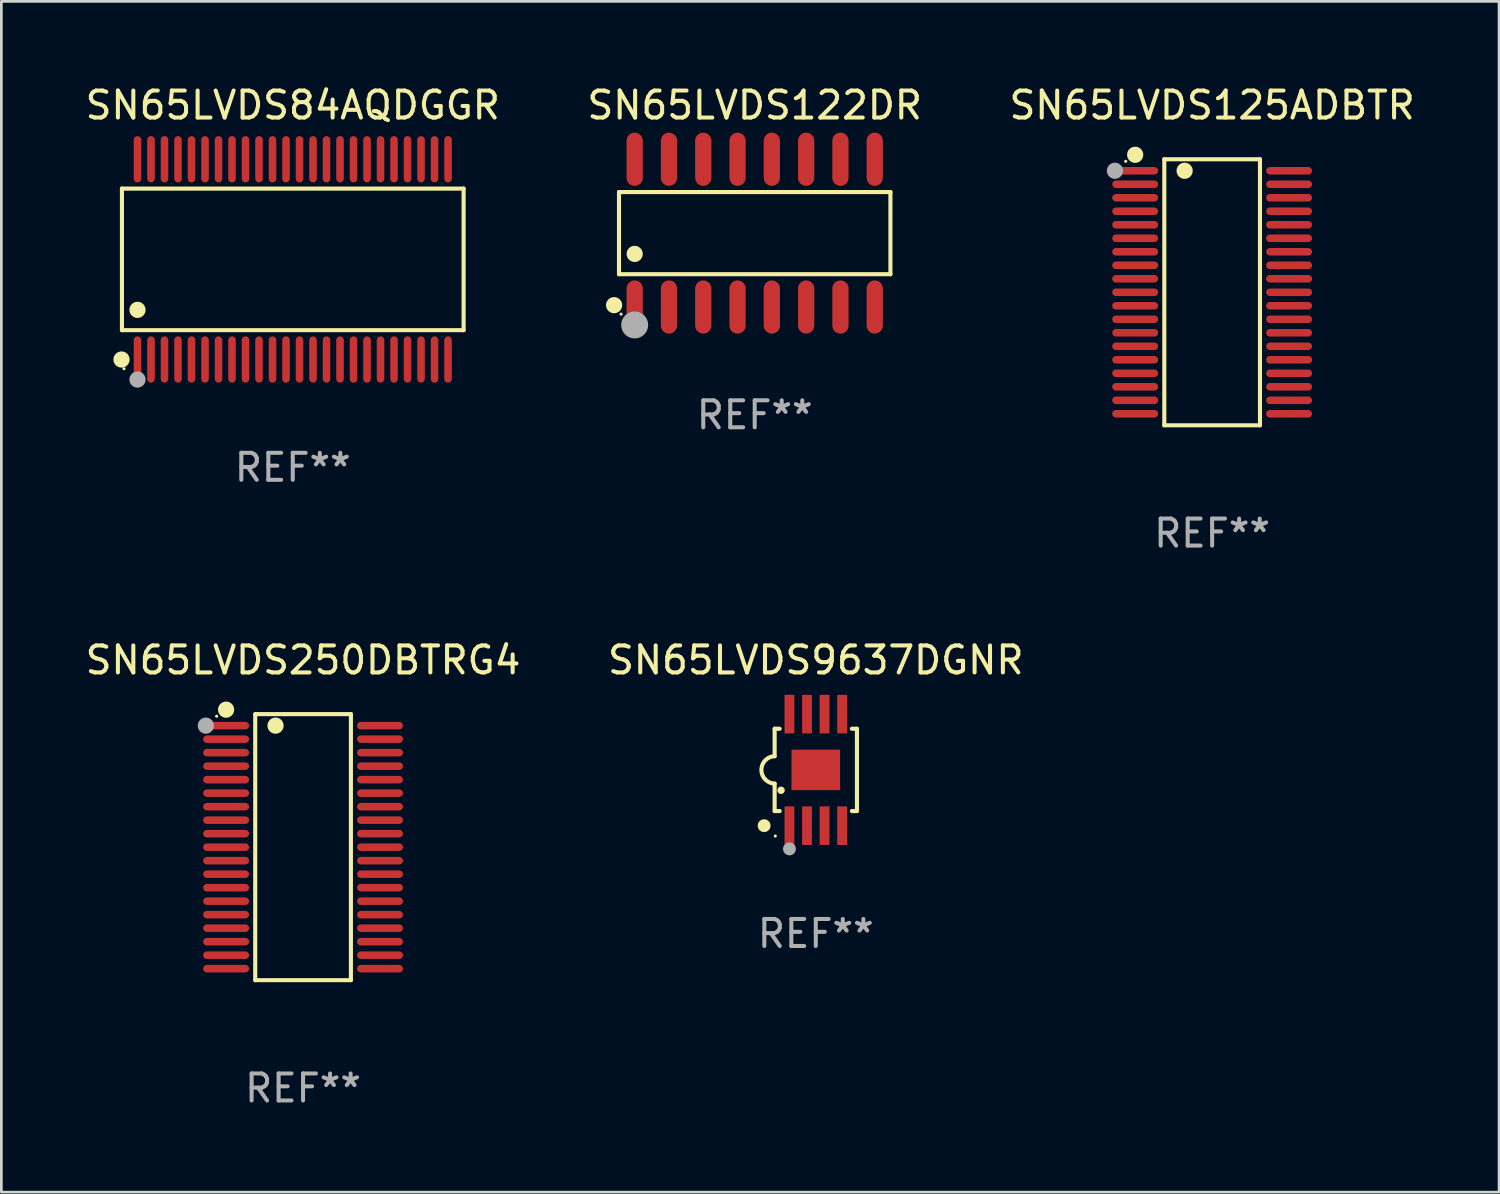
<source format=kicad_pcb>
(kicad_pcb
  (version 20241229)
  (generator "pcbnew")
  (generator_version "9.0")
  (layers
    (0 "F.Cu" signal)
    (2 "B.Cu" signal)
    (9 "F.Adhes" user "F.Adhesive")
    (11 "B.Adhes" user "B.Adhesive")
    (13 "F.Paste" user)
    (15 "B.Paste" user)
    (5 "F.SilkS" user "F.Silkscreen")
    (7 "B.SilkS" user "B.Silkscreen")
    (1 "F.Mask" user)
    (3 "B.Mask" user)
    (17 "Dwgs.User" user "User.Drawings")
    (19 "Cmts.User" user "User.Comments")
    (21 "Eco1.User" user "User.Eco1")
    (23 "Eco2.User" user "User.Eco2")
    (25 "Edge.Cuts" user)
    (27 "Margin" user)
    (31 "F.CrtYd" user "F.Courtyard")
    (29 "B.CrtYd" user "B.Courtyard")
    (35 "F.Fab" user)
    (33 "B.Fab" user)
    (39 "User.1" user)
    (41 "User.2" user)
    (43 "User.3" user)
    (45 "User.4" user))
  (footprint "SN65LVDS9637DGNR"
    (layer "F.Cu")
    (at 27.161 25.462)
    (property "Reference" "SN65LVDS9637DGNR" (at 0 -4.065 0) (layer "F.SilkS") (effects (font (size 1 1) (thickness 0.15))))
    (attr through_hole)
    (fp_line (start -1.524 -1.524) (end -1.524 -0.508) (stroke (width 0.152) (type solid)) (layer "F.SilkS"))
    (fp_line (start -1.524 -1.524) (end -1.337 -1.524) (stroke (width 0.152) (type solid)) (layer "F.SilkS"))
    (fp_line (start -1.524 1.524) (end -1.524 0.508) (stroke (width 0.152) (type solid)) (layer "F.SilkS"))
    (fp_line (start -1.337 1.524) (end -1.524 1.524) (stroke (width 0.152) (type solid)) (layer "F.SilkS"))
    (fp_line (start 1.337 -1.524) (end 1.524 -1.524) (stroke (width 0.152) (type solid)) (layer "F.SilkS"))
    (fp_line (start 1.524 -1.524) (end 1.524 1.524) (stroke (width 0.152) (type solid)) (layer "F.SilkS"))
    (fp_line (start 1.524 1.524) (end 1.337 1.524) (stroke (width 0.152) (type solid)) (layer "F.SilkS"))
    (fp_arc (start -1.524003 0.508001) (mid -2.014069 0) (end -1.524002 -0.508001) (stroke (width 0.151994) (type solid)) (layer "F.SilkS"))
    (fp_circle (center -1.913 2.065) (end -1.793 2.065) (stroke (width 0.24) (type solid)) (fill no) (layer "F.SilkS"))
    (fp_circle (center -1.5 2.45) (end -1.47 2.45) (stroke (width 0.06) (type solid)) (fill no) (layer "F.SilkS"))
    (fp_circle (center -1.286 0.755) (end -1.217 0.755) (stroke (width 0.138) (type solid)) (fill no) (layer "F.SilkS"))
    (fp_circle (center -0.975 2.926) (end -0.855 2.926) (stroke (width 0.24) (type solid)) (fill no) (layer "F.Fab"))
    (fp_text user "REF**" (at 0 6.065 0) (layer "F.Fab") (effects (font (size 1 1) (thickness 0.15))))
    (pad "1" smd rect (at -0.975 2.065) (size 0.364 1.43) (layers "F.Cu" "F.Mask" "F.Paste"))
    (pad "2" smd rect (at -0.325 2.065) (size 0.364 1.43) (layers "F.Cu" "F.Mask" "F.Paste"))
    (pad "3" smd rect (at 0.325 2.065) (size 0.364 1.43) (layers "F.Cu" "F.Mask" "F.Paste"))
    (pad "4" smd rect (at 0.975 2.065) (size 0.364 1.43) (layers "F.Cu" "F.Mask" "F.Paste"))
    (pad "5" smd rect (at 0.975 -2.065) (size 0.364 1.43) (layers "F.Cu" "F.Mask" "F.Paste"))
    (pad "6" smd rect (at 0.325 -2.065) (size 0.364 1.43) (layers "F.Cu" "F.Mask" "F.Paste"))
    (pad "7" smd rect (at -0.325 -2.065) (size 0.364 1.43) (layers "F.Cu" "F.Mask" "F.Paste"))
    (pad "8" smd rect (at -0.975 -2.065) (size 0.364 1.43) (layers "F.Cu" "F.Mask" "F.Paste"))
    (pad "9" smd rect (at 0 0) (size 1.8 1.5) (layers "F.Cu" "F.Mask" "F.Paste")))
  (footprint "SN65LVDS84AQDGGR"
    (layer "F.Cu")
    (at 7.792 6.556)
    (property "Reference" "SN65LVDS84AQDGGR" (at 0 -5.708 0) (layer "F.SilkS") (effects (font (size 1 1) (thickness 0.15))))
    (attr through_hole)
    (fp_line (start -6.326 -2.622) (end 6.326 -2.622) (stroke (width 0.152) (type solid)) (layer "F.SilkS"))
    (fp_line (start -6.326 2.621) (end -6.326 -2.622) (stroke (width 0.152) (type solid)) (layer "F.SilkS"))
    (fp_line (start 6.326 -2.622) (end 6.326 2.621) (stroke (width 0.152) (type solid)) (layer "F.SilkS"))
    (fp_line (start 6.326 2.621) (end -6.326 2.621) (stroke (width 0.152) (type solid)) (layer "F.SilkS"))
    (fp_circle (center -6.342 3.708) (end -6.192 3.708) (stroke (width 0.3) (type solid)) (fill no) (layer "F.SilkS"))
    (fp_circle (center -6.25 4.05) (end -6.22 4.05) (stroke (width 0.06) (type solid)) (fill no) (layer "F.SilkS"))
    (fp_circle (center -5.75 1.869) (end -5.6 1.869) (stroke (width 0.3) (type solid)) (fill no) (layer "F.SilkS"))
    (fp_circle (center -5.75 4.45) (end -5.6 4.45) (stroke (width 0.3) (type solid)) (fill no) (layer "F.Fab"))
    (fp_text user "REF**" (at 0 7.708 0) (layer "F.Fab") (effects (font (size 1 1) (thickness 0.15))))
    (pad "1" smd oval (at -5.75 3.708) (size 0.28 1.715) (layers "F.Cu" "F.Mask" "F.Paste"))
    (pad "2" smd oval (at -5.25 3.708) (size 0.28 1.715) (layers "F.Cu" "F.Mask" "F.Paste"))
    (pad "3" smd oval (at -4.75 3.708) (size 0.28 1.715) (layers "F.Cu" "F.Mask" "F.Paste"))
    (pad "4" smd oval (at -4.25 3.708) (size 0.28 1.715) (layers "F.Cu" "F.Mask" "F.Paste"))
    (pad "5" smd oval (at -3.75 3.708) (size 0.28 1.715) (layers "F.Cu" "F.Mask" "F.Paste"))
    (pad "6" smd oval (at -3.25 3.708) (size 0.28 1.715) (layers "F.Cu" "F.Mask" "F.Paste"))
    (pad "7" smd oval (at -2.75 3.708) (size 0.28 1.715) (layers "F.Cu" "F.Mask" "F.Paste"))
    (pad "8" smd oval (at -2.25 3.708) (size 0.28 1.715) (layers "F.Cu" "F.Mask" "F.Paste"))
    (pad "9" smd oval (at -1.75 3.708) (size 0.28 1.715) (layers "F.Cu" "F.Mask" "F.Paste"))
    (pad "10" smd oval (at -1.25 3.708) (size 0.28 1.715) (layers "F.Cu" "F.Mask" "F.Paste"))
    (pad "11" smd oval (at -0.75 3.708) (size 0.28 1.715) (layers "F.Cu" "F.Mask" "F.Paste"))
    (pad "12" smd oval (at -0.25 3.708) (size 0.28 1.715) (layers "F.Cu" "F.Mask" "F.Paste"))
    (pad "13" smd oval (at 0.25 3.708) (size 0.28 1.715) (layers "F.Cu" "F.Mask" "F.Paste"))
    (pad "14" smd oval (at 0.75 3.708) (size 0.28 1.715) (layers "F.Cu" "F.Mask" "F.Paste"))
    (pad "15" smd oval (at 1.25 3.708) (size 0.28 1.715) (layers "F.Cu" "F.Mask" "F.Paste"))
    (pad "16" smd oval (at 1.75 3.708) (size 0.28 1.715) (layers "F.Cu" "F.Mask" "F.Paste"))
    (pad "17" smd oval (at 2.25 3.708) (size 0.28 1.715) (layers "F.Cu" "F.Mask" "F.Paste"))
    (pad "18" smd oval (at 2.75 3.708) (size 0.28 1.715) (layers "F.Cu" "F.Mask" "F.Paste"))
    (pad "19" smd oval (at 3.25 3.708) (size 0.28 1.715) (layers "F.Cu" "F.Mask" "F.Paste"))
    (pad "20" smd oval (at 3.75 3.708) (size 0.28 1.715) (layers "F.Cu" "F.Mask" "F.Paste"))
    (pad "21" smd oval (at 4.25 3.708) (size 0.28 1.715) (layers "F.Cu" "F.Mask" "F.Paste"))
    (pad "22" smd oval (at 4.75 3.708) (size 0.28 1.715) (layers "F.Cu" "F.Mask" "F.Paste"))
    (pad "23" smd oval (at 5.25 3.708) (size 0.28 1.715) (layers "F.Cu" "F.Mask" "F.Paste"))
    (pad "24" smd oval (at 5.75 3.708) (size 0.28 1.715) (layers "F.Cu" "F.Mask" "F.Paste"))
    (pad "25" smd oval (at 5.75 -3.708) (size 0.28 1.715) (layers "F.Cu" "F.Mask" "F.Paste"))
    (pad "26" smd oval (at 5.25 -3.708) (size 0.28 1.715) (layers "F.Cu" "F.Mask" "F.Paste"))
    (pad "27" smd oval (at 4.75 -3.708) (size 0.28 1.715) (layers "F.Cu" "F.Mask" "F.Paste"))
    (pad "28" smd oval (at 4.25 -3.708) (size 0.28 1.715) (layers "F.Cu" "F.Mask" "F.Paste"))
    (pad "29" smd oval (at 3.75 -3.708) (size 0.28 1.715) (layers "F.Cu" "F.Mask" "F.Paste"))
    (pad "30" smd oval (at 3.25 -3.708) (size 0.28 1.715) (layers "F.Cu" "F.Mask" "F.Paste"))
    (pad "31" smd oval (at 2.75 -3.708) (size 0.28 1.715) (layers "F.Cu" "F.Mask" "F.Paste"))
    (pad "32" smd oval (at 2.25 -3.708) (size 0.28 1.715) (layers "F.Cu" "F.Mask" "F.Paste"))
    (pad "33" smd oval (at 1.75 -3.708) (size 0.28 1.715) (layers "F.Cu" "F.Mask" "F.Paste"))
    (pad "34" smd oval (at 1.25 -3.708) (size 0.28 1.715) (layers "F.Cu" "F.Mask" "F.Paste"))
    (pad "35" smd oval (at 0.75 -3.708) (size 0.28 1.715) (layers "F.Cu" "F.Mask" "F.Paste"))
    (pad "36" smd oval (at 0.25 -3.708) (size 0.28 1.715) (layers "F.Cu" "F.Mask" "F.Paste"))
    (pad "37" smd oval (at -0.25 -3.708) (size 0.28 1.715) (layers "F.Cu" "F.Mask" "F.Paste"))
    (pad "38" smd oval (at -0.75 -3.708) (size 0.28 1.715) (layers "F.Cu" "F.Mask" "F.Paste"))
    (pad "39" smd oval (at -1.25 -3.708) (size 0.28 1.715) (layers "F.Cu" "F.Mask" "F.Paste"))
    (pad "40" smd oval (at -1.75 -3.708) (size 0.28 1.715) (layers "F.Cu" "F.Mask" "F.Paste"))
    (pad "41" smd oval (at -2.25 -3.708) (size 0.28 1.715) (layers "F.Cu" "F.Mask" "F.Paste"))
    (pad "42" smd oval (at -2.75 -3.708) (size 0.28 1.715) (layers "F.Cu" "F.Mask" "F.Paste"))
    (pad "43" smd oval (at -3.25 -3.708) (size 0.28 1.715) (layers "F.Cu" "F.Mask" "F.Paste"))
    (pad "44" smd oval (at -3.75 -3.708) (size 0.28 1.715) (layers "F.Cu" "F.Mask" "F.Paste"))
    (pad "45" smd oval (at -4.25 -3.708) (size 0.28 1.715) (layers "F.Cu" "F.Mask" "F.Paste"))
    (pad "46" smd oval (at -4.75 -3.708) (size 0.28 1.715) (layers "F.Cu" "F.Mask" "F.Paste"))
    (pad "47" smd oval (at -5.25 -3.708) (size 0.28 1.715) (layers "F.Cu" "F.Mask" "F.Paste"))
    (pad "48" smd oval (at -5.75 -3.708) (size 0.28 1.715) (layers "F.Cu" "F.Mask" "F.Paste")))
  (footprint "SN65LVDS125ADBTR"
    (layer "F.Cu")
    (at 41.839 7.774)
    (property "Reference" "SN65LVDS125ADBTR" (at 0 -6.926 0) (layer "F.SilkS") (effects (font (size 1 1) (thickness 0.15))))
    (attr through_hole)
    (fp_line (start -1.771 -4.926) (end 1.772 -4.926) (stroke (width 0.152) (type solid)) (layer "F.SilkS"))
    (fp_line (start -1.771 4.926) (end -1.771 -4.926) (stroke (width 0.152) (type solid)) (layer "F.SilkS"))
    (fp_line (start 1.772 -4.926) (end 1.772 4.926) (stroke (width 0.152) (type solid)) (layer "F.SilkS"))
    (fp_line (start 1.772 4.926) (end -1.771 4.926) (stroke (width 0.152) (type solid)) (layer "F.SilkS"))
    (fp_circle (center -3.2 -4.85) (end -3.17 -4.85) (stroke (width 0.06) (type solid)) (fill no) (layer "F.SilkS"))
    (fp_circle (center -2.85 -5.092) (end -2.7 -5.092) (stroke (width 0.3) (type solid)) (fill no) (layer "F.SilkS"))
    (fp_circle (center -1.019 -4.5) (end -0.869 -4.5) (stroke (width 0.3) (type solid)) (fill no) (layer "F.SilkS"))
    (fp_circle (center -3.6 -4.5) (end -3.45 -4.5) (stroke (width 0.3) (type solid)) (fill no) (layer "F.Fab"))
    (fp_text user "REF**" (at 0 8.926 0) (layer "F.Fab") (effects (font (size 1 1) (thickness 0.15))))
    (pad "1" smd oval (at -2.85 -4.5 270) (size 0.28 1.7) (layers "F.Cu" "F.Mask" "F.Paste"))
    (pad "2" smd oval (at -2.85 -4 270) (size 0.28 1.7) (layers "F.Cu" "F.Mask" "F.Paste"))
    (pad "3" smd oval (at -2.85 -3.5 270) (size 0.28 1.7) (layers "F.Cu" "F.Mask" "F.Paste"))
    (pad "4" smd oval (at -2.85 -3 270) (size 0.28 1.7) (layers "F.Cu" "F.Mask" "F.Paste"))
    (pad "5" smd oval (at -2.85 -2.5 270) (size 0.28 1.7) (layers "F.Cu" "F.Mask" "F.Paste"))
    (pad "6" smd oval (at -2.85 -2 270) (size 0.28 1.7) (layers "F.Cu" "F.Mask" "F.Paste"))
    (pad "7" smd oval (at -2.85 -1.5 270) (size 0.28 1.7) (layers "F.Cu" "F.Mask" "F.Paste"))
    (pad "8" smd oval (at -2.85 -1 270) (size 0.28 1.7) (layers "F.Cu" "F.Mask" "F.Paste"))
    (pad "9" smd oval (at -2.85 -0.5 270) (size 0.28 1.7) (layers "F.Cu" "F.Mask" "F.Paste"))
    (pad "10" smd oval (at -2.85 0.000051 270) (size 0.28 1.7) (layers "F.Cu" "F.Mask" "F.Paste"))
    (pad "11" smd oval (at -2.85 0.5 270) (size 0.28 1.7) (layers "F.Cu" "F.Mask" "F.Paste"))
    (pad "12" smd oval (at -2.85 1 270) (size 0.28 1.7) (layers "F.Cu" "F.Mask" "F.Paste"))
    (pad "13" smd oval (at -2.85 1.5 270) (size 0.28 1.7) (layers "F.Cu" "F.Mask" "F.Paste"))
    (pad "14" smd oval (at -2.85 2 270) (size 0.28 1.7) (layers "F.Cu" "F.Mask" "F.Paste"))
    (pad "15" smd oval (at -2.85 2.5 270) (size 0.28 1.7) (layers "F.Cu" "F.Mask" "F.Paste"))
    (pad "16" smd oval (at -2.85 3 270) (size 0.28 1.7) (layers "F.Cu" "F.Mask" "F.Paste"))
    (pad "17" smd oval (at -2.85 3.5 270) (size 0.28 1.7) (layers "F.Cu" "F.Mask" "F.Paste"))
    (pad "18" smd oval (at -2.85 4 270) (size 0.28 1.7) (layers "F.Cu" "F.Mask" "F.Paste"))
    (pad "19" smd oval (at -2.85 4.5 270) (size 0.28 1.7) (layers "F.Cu" "F.Mask" "F.Paste"))
    (pad "20" smd oval (at 2.85 4.5 270) (size 0.28 1.7) (layers "F.Cu" "F.Mask" "F.Paste"))
    (pad "21" smd oval (at 2.85 4 270) (size 0.28 1.7) (layers "F.Cu" "F.Mask" "F.Paste"))
    (pad "22" smd oval (at 2.85 3.5 270) (size 0.28 1.7) (layers "F.Cu" "F.Mask" "F.Paste"))
    (pad "23" smd oval (at 2.85 3 270) (size 0.28 1.7) (layers "F.Cu" "F.Mask" "F.Paste"))
    (pad "24" smd oval (at 2.85 2.5 270) (size 0.28 1.7) (layers "F.Cu" "F.Mask" "F.Paste"))
    (pad "25" smd oval (at 2.85 2 270) (size 0.28 1.7) (layers "F.Cu" "F.Mask" "F.Paste"))
    (pad "26" smd oval (at 2.85 1.5 270) (size 0.28 1.7) (layers "F.Cu" "F.Mask" "F.Paste"))
    (pad "27" smd oval (at 2.85 1 270) (size 0.28 1.7) (layers "F.Cu" "F.Mask" "F.Paste"))
    (pad "28" smd oval (at 2.85 0.5 270) (size 0.28 1.7) (layers "F.Cu" "F.Mask" "F.Paste"))
    (pad "29" smd oval (at 2.85 0.000051 270) (size 0.28 1.7) (layers "F.Cu" "F.Mask" "F.Paste"))
    (pad "30" smd oval (at 2.85 -0.5 270) (size 0.28 1.7) (layers "F.Cu" "F.Mask" "F.Paste"))
    (pad "31" smd oval (at 2.85 -1 270) (size 0.28 1.7) (layers "F.Cu" "F.Mask" "F.Paste"))
    (pad "32" smd oval (at 2.85 -1.5 270) (size 0.28 1.7) (layers "F.Cu" "F.Mask" "F.Paste"))
    (pad "33" smd oval (at 2.85 -2 270) (size 0.28 1.7) (layers "F.Cu" "F.Mask" "F.Paste"))
    (pad "34" smd oval (at 2.85 -2.5 270) (size 0.28 1.7) (layers "F.Cu" "F.Mask" "F.Paste"))
    (pad "35" smd oval (at 2.85 -3 270) (size 0.28 1.7) (layers "F.Cu" "F.Mask" "F.Paste"))
    (pad "36" smd oval (at 2.85 -3.5 270) (size 0.28 1.7) (layers "F.Cu" "F.Mask" "F.Paste"))
    (pad "37" smd oval (at 2.85 -4 270) (size 0.28 1.7) (layers "F.Cu" "F.Mask" "F.Paste"))
    (pad "38" smd oval (at 2.85 -4.5 270) (size 0.28 1.7) (layers "F.Cu" "F.Mask" "F.Paste")))
  (footprint "SN65LVDS250DBTRG4"
    (layer "F.Cu")
    (at 8.173 28.323)
    (property "Reference" "SN65LVDS250DBTRG4" (at 0 -6.926 0) (layer "F.SilkS") (effects (font (size 1 1) (thickness 0.15))))
    (attr through_hole)
    (fp_line (start -1.771 -4.926) (end 1.772 -4.926) (stroke (width 0.152) (type solid)) (layer "F.SilkS"))
    (fp_line (start -1.771 4.926) (end -1.771 -4.926) (stroke (width 0.152) (type solid)) (layer "F.SilkS"))
    (fp_line (start 1.772 -4.926) (end 1.772 4.926) (stroke (width 0.152) (type solid)) (layer "F.SilkS"))
    (fp_line (start 1.772 4.926) (end -1.771 4.926) (stroke (width 0.152) (type solid)) (layer "F.SilkS"))
    (fp_circle (center -3.2 -4.85) (end -3.17 -4.85) (stroke (width 0.06) (type solid)) (fill no) (layer "F.SilkS"))
    (fp_circle (center -2.85 -5.092) (end -2.7 -5.092) (stroke (width 0.3) (type solid)) (fill no) (layer "F.SilkS"))
    (fp_circle (center -1.019 -4.5) (end -0.869 -4.5) (stroke (width 0.3) (type solid)) (fill no) (layer "F.SilkS"))
    (fp_circle (center -3.6 -4.5) (end -3.45 -4.5) (stroke (width 0.3) (type solid)) (fill no) (layer "F.Fab"))
    (fp_text user "REF**" (at 0 8.926 0) (layer "F.Fab") (effects (font (size 1 1) (thickness 0.15))))
    (pad "1" smd oval (at -2.85 -4.5 270) (size 0.28 1.7) (layers "F.Cu" "F.Mask" "F.Paste"))
    (pad "2" smd oval (at -2.85 -4 270) (size 0.28 1.7) (layers "F.Cu" "F.Mask" "F.Paste"))
    (pad "3" smd oval (at -2.85 -3.5 270) (size 0.28 1.7) (layers "F.Cu" "F.Mask" "F.Paste"))
    (pad "4" smd oval (at -2.85 -3 270) (size 0.28 1.7) (layers "F.Cu" "F.Mask" "F.Paste"))
    (pad "5" smd oval (at -2.85 -2.5 270) (size 0.28 1.7) (layers "F.Cu" "F.Mask" "F.Paste"))
    (pad "6" smd oval (at -2.85 -2 270) (size 0.28 1.7) (layers "F.Cu" "F.Mask" "F.Paste"))
    (pad "7" smd oval (at -2.85 -1.5 270) (size 0.28 1.7) (layers "F.Cu" "F.Mask" "F.Paste"))
    (pad "8" smd oval (at -2.85 -1 270) (size 0.28 1.7) (layers "F.Cu" "F.Mask" "F.Paste"))
    (pad "9" smd oval (at -2.85 -0.5 270) (size 0.28 1.7) (layers "F.Cu" "F.Mask" "F.Paste"))
    (pad "10" smd oval (at -2.85 0.000051 270) (size 0.28 1.7) (layers "F.Cu" "F.Mask" "F.Paste"))
    (pad "11" smd oval (at -2.85 0.5 270) (size 0.28 1.7) (layers "F.Cu" "F.Mask" "F.Paste"))
    (pad "12" smd oval (at -2.85 1 270) (size 0.28 1.7) (layers "F.Cu" "F.Mask" "F.Paste"))
    (pad "13" smd oval (at -2.85 1.5 270) (size 0.28 1.7) (layers "F.Cu" "F.Mask" "F.Paste"))
    (pad "14" smd oval (at -2.85 2 270) (size 0.28 1.7) (layers "F.Cu" "F.Mask" "F.Paste"))
    (pad "15" smd oval (at -2.85 2.5 270) (size 0.28 1.7) (layers "F.Cu" "F.Mask" "F.Paste"))
    (pad "16" smd oval (at -2.85 3 270) (size 0.28 1.7) (layers "F.Cu" "F.Mask" "F.Paste"))
    (pad "17" smd oval (at -2.85 3.5 270) (size 0.28 1.7) (layers "F.Cu" "F.Mask" "F.Paste"))
    (pad "18" smd oval (at -2.85 4 270) (size 0.28 1.7) (layers "F.Cu" "F.Mask" "F.Paste"))
    (pad "19" smd oval (at -2.85 4.5 270) (size 0.28 1.7) (layers "F.Cu" "F.Mask" "F.Paste"))
    (pad "20" smd oval (at 2.85 4.5 270) (size 0.28 1.7) (layers "F.Cu" "F.Mask" "F.Paste"))
    (pad "21" smd oval (at 2.85 4 270) (size 0.28 1.7) (layers "F.Cu" "F.Mask" "F.Paste"))
    (pad "22" smd oval (at 2.85 3.5 270) (size 0.28 1.7) (layers "F.Cu" "F.Mask" "F.Paste"))
    (pad "23" smd oval (at 2.85 3 270) (size 0.28 1.7) (layers "F.Cu" "F.Mask" "F.Paste"))
    (pad "24" smd oval (at 2.85 2.5 270) (size 0.28 1.7) (layers "F.Cu" "F.Mask" "F.Paste"))
    (pad "25" smd oval (at 2.85 2 270) (size 0.28 1.7) (layers "F.Cu" "F.Mask" "F.Paste"))
    (pad "26" smd oval (at 2.85 1.5 270) (size 0.28 1.7) (layers "F.Cu" "F.Mask" "F.Paste"))
    (pad "27" smd oval (at 2.85 1 270) (size 0.28 1.7) (layers "F.Cu" "F.Mask" "F.Paste"))
    (pad "28" smd oval (at 2.85 0.5 270) (size 0.28 1.7) (layers "F.Cu" "F.Mask" "F.Paste"))
    (pad "29" smd oval (at 2.85 0.000051 270) (size 0.28 1.7) (layers "F.Cu" "F.Mask" "F.Paste"))
    (pad "30" smd oval (at 2.85 -0.5 270) (size 0.28 1.7) (layers "F.Cu" "F.Mask" "F.Paste"))
    (pad "31" smd oval (at 2.85 -1 270) (size 0.28 1.7) (layers "F.Cu" "F.Mask" "F.Paste"))
    (pad "32" smd oval (at 2.85 -1.5 270) (size 0.28 1.7) (layers "F.Cu" "F.Mask" "F.Paste"))
    (pad "33" smd oval (at 2.85 -2 270) (size 0.28 1.7) (layers "F.Cu" "F.Mask" "F.Paste"))
    (pad "34" smd oval (at 2.85 -2.5 270) (size 0.28 1.7) (layers "F.Cu" "F.Mask" "F.Paste"))
    (pad "35" smd oval (at 2.85 -3 270) (size 0.28 1.7) (layers "F.Cu" "F.Mask" "F.Paste"))
    (pad "36" smd oval (at 2.85 -3.5 270) (size 0.28 1.7) (layers "F.Cu" "F.Mask" "F.Paste"))
    (pad "37" smd oval (at 2.85 -4 270) (size 0.28 1.7) (layers "F.Cu" "F.Mask" "F.Paste"))
    (pad "38" smd oval (at 2.85 -4.5 270) (size 0.28 1.7) (layers "F.Cu" "F.Mask" "F.Paste")))
  (footprint "SN65LVDS122DR"
    (layer "F.Cu")
    (at 24.899 5.584)
    (property "Reference" "SN65LVDS122DR" (at 0 -4.736 0) (layer "F.SilkS") (effects (font (size 1 1) (thickness 0.15))))
    (attr through_hole)
    (fp_line (start -5.026 -1.521) (end 5.026 -1.521) (stroke (width 0.152) (type solid)) (layer "F.SilkS"))
    (fp_line (start -5.026 1.521) (end -5.026 -1.521) (stroke (width 0.152) (type solid)) (layer "F.SilkS"))
    (fp_line (start 5.026 -1.521) (end 5.026 1.521) (stroke (width 0.152) (type solid)) (layer "F.SilkS"))
    (fp_line (start 5.026 1.521) (end -5.026 1.521) (stroke (width 0.152) (type solid)) (layer "F.SilkS"))
    (fp_circle (center -5.207 2.667) (end -5.057 2.667) (stroke (width 0.3) (type solid)) (fill no) (layer "F.SilkS"))
    (fp_circle (center -4.95 3) (end -4.92 3) (stroke (width 0.06) (type solid)) (fill no) (layer "F.SilkS"))
    (fp_circle (center -4.445 0.769) (end -4.295 0.769) (stroke (width 0.3) (type solid)) (fill no) (layer "F.SilkS"))
    (fp_circle (center -4.445 3.4) (end -4.195 3.4) (stroke (width 0.5) (type solid)) (fill no) (layer "F.Fab"))
    (fp_text user "REF**" (at 0 6.736 0) (layer "F.Fab") (effects (font (size 1 1) (thickness 0.15))))
    (pad "1" smd oval (at -4.445 2.736) (size 0.602 1.971) (layers "F.Cu" "F.Mask" "F.Paste"))
    (pad "2" smd oval (at -3.175 2.736) (size 0.602 1.971) (layers "F.Cu" "F.Mask" "F.Paste"))
    (pad "3" smd oval (at -1.905 2.736) (size 0.602 1.971) (layers "F.Cu" "F.Mask" "F.Paste"))
    (pad "4" smd oval (at -0.635 2.736) (size 0.602 1.971) (layers "F.Cu" "F.Mask" "F.Paste"))
    (pad "5" smd oval (at 0.635 2.736) (size 0.602 1.971) (layers "F.Cu" "F.Mask" "F.Paste"))
    (pad "6" smd oval (at 1.905 2.736) (size 0.602 1.971) (layers "F.Cu" "F.Mask" "F.Paste"))
    (pad "7" smd oval (at 3.175 2.736) (size 0.602 1.971) (layers "F.Cu" "F.Mask" "F.Paste"))
    (pad "8" smd oval (at 4.445 2.736) (size 0.602 1.971) (layers "F.Cu" "F.Mask" "F.Paste"))
    (pad "9" smd oval (at 4.445 -2.736) (size 0.602 1.971) (layers "F.Cu" "F.Mask" "F.Paste"))
    (pad "10" smd oval (at 3.175 -2.736) (size 0.602 1.971) (layers "F.Cu" "F.Mask" "F.Paste"))
    (pad "11" smd oval (at 1.905 -2.736) (size 0.602 1.971) (layers "F.Cu" "F.Mask" "F.Paste"))
    (pad "12" smd oval (at 0.635 -2.736) (size 0.602 1.971) (layers "F.Cu" "F.Mask" "F.Paste"))
    (pad "13" smd oval (at -0.635 -2.736) (size 0.602 1.971) (layers "F.Cu" "F.Mask" "F.Paste"))
    (pad "14" smd oval (at -1.905 -2.736) (size 0.602 1.971) (layers "F.Cu" "F.Mask" "F.Paste"))
    (pad "15" smd oval (at -3.175 -2.736) (size 0.602 1.971) (layers "F.Cu" "F.Mask" "F.Paste"))
    (pad "16" smd oval (at -4.445 -2.736) (size 0.602 1.971) (layers "F.Cu" "F.Mask" "F.Paste")))
  (gr_rect
    (start -3 -3)
    (end 52.464 41.098)
    (stroke (width 0.1) (type default))
    (fill no)
    (layer "Edge.Cuts")))
</source>
